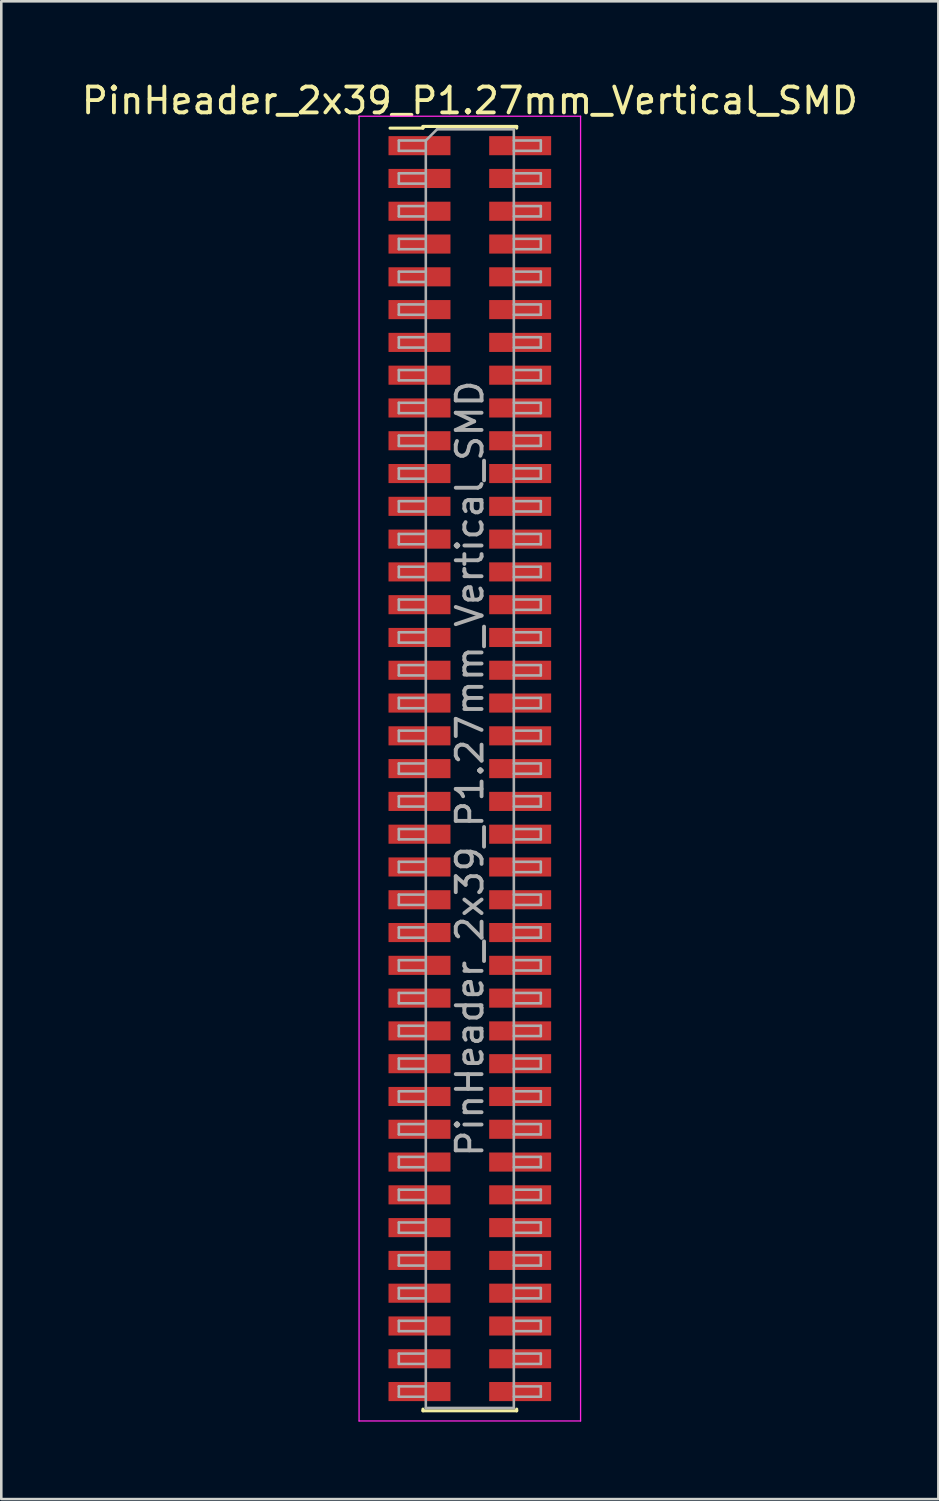
<source format=kicad_pcb>
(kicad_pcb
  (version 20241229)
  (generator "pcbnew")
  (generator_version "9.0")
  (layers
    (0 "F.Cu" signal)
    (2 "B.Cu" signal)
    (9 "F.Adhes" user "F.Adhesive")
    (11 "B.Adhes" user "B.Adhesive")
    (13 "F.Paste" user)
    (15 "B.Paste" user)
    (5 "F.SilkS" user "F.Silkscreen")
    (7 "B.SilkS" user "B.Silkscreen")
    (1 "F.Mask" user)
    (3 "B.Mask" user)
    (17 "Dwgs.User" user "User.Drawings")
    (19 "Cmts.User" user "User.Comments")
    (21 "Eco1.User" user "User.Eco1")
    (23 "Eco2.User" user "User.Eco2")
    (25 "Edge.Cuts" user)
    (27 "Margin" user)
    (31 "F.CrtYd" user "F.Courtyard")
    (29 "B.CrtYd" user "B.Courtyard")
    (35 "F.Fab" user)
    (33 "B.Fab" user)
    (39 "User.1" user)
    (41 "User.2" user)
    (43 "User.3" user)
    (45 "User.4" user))
  (footprint "PinHeader_2x39_P1.27mm_Vertical_SMD"
    (layer "F.Cu")
    (at 15.149 26.723)
    (property "Reference" "PinHeader_2x39_P1.27mm_Vertical_SMD" (at 0 -25.875 0) (layer "F.SilkS") (effects (font (size 1 1) (thickness 0.15))))
    (attr smd)
    (fp_line (start -3.09 -24.81) (end -1.815 -24.81) (stroke (width 0.12) (type solid)) (layer "F.SilkS"))
    (fp_line (start -1.815 -24.875) (end -1.815 -24.81) (stroke (width 0.12) (type solid)) (layer "F.SilkS"))
    (fp_line (start -1.815 -24.875) (end 1.815 -24.875) (stroke (width 0.12) (type solid)) (layer "F.SilkS"))
    (fp_line (start -1.815 24.81) (end -1.815 24.875) (stroke (width 0.12) (type solid)) (layer "F.SilkS"))
    (fp_line (start -1.815 24.875) (end 1.815 24.875) (stroke (width 0.12) (type solid)) (layer "F.SilkS"))
    (fp_line (start 1.815 -24.875) (end 1.815 -24.81) (stroke (width 0.12) (type solid)) (layer "F.SilkS"))
    (fp_line (start 1.815 24.81) (end 1.815 24.875) (stroke (width 0.12) (type solid)) (layer "F.SilkS"))
    (fp_line (start -4.29 -25.27) (end -4.29 25.27) (stroke (width 0.05) (type solid)) (layer "F.CrtYd"))
    (fp_line (start -4.29 25.27) (end 4.29 25.27) (stroke (width 0.05) (type solid)) (layer "F.CrtYd"))
    (fp_line (start 4.29 -25.27) (end -4.29 -25.27) (stroke (width 0.05) (type solid)) (layer "F.CrtYd"))
    (fp_line (start 4.29 25.27) (end 4.29 -25.27) (stroke (width 0.05) (type solid)) (layer "F.CrtYd"))
    (fp_line (start -2.75 -24.33) (end -2.75 -23.93) (stroke (width 0.1) (type solid)) (layer "F.Fab"))
    (fp_line (start -2.75 -23.93) (end -1.705 -23.93) (stroke (width 0.1) (type solid)) (layer "F.Fab"))
    (fp_line (start -2.75 -23.06) (end -2.75 -22.66) (stroke (width 0.1) (type solid)) (layer "F.Fab"))
    (fp_line (start -2.75 -22.66) (end -1.705 -22.66) (stroke (width 0.1) (type solid)) (layer "F.Fab"))
    (fp_line (start -2.75 -21.79) (end -2.75 -21.39) (stroke (width 0.1) (type solid)) (layer "F.Fab"))
    (fp_line (start -2.75 -21.39) (end -1.705 -21.39) (stroke (width 0.1) (type solid)) (layer "F.Fab"))
    (fp_line (start -2.75 -20.52) (end -2.75 -20.12) (stroke (width 0.1) (type solid)) (layer "F.Fab"))
    (fp_line (start -2.75 -20.12) (end -1.705 -20.12) (stroke (width 0.1) (type solid)) (layer "F.Fab"))
    (fp_line (start -2.75 -19.25) (end -2.75 -18.85) (stroke (width 0.1) (type solid)) (layer "F.Fab"))
    (fp_line (start -2.75 -18.85) (end -1.705 -18.85) (stroke (width 0.1) (type solid)) (layer "F.Fab"))
    (fp_line (start -2.75 -17.98) (end -2.75 -17.58) (stroke (width 0.1) (type solid)) (layer "F.Fab"))
    (fp_line (start -2.75 -17.58) (end -1.705 -17.58) (stroke (width 0.1) (type solid)) (layer "F.Fab"))
    (fp_line (start -2.75 -16.71) (end -2.75 -16.31) (stroke (width 0.1) (type solid)) (layer "F.Fab"))
    (fp_line (start -2.75 -16.31) (end -1.705 -16.31) (stroke (width 0.1) (type solid)) (layer "F.Fab"))
    (fp_line (start -2.75 -15.44) (end -2.75 -15.04) (stroke (width 0.1) (type solid)) (layer "F.Fab"))
    (fp_line (start -2.75 -15.04) (end -1.705 -15.04) (stroke (width 0.1) (type solid)) (layer "F.Fab"))
    (fp_line (start -2.75 -14.17) (end -2.75 -13.77) (stroke (width 0.1) (type solid)) (layer "F.Fab"))
    (fp_line (start -2.75 -13.77) (end -1.705 -13.77) (stroke (width 0.1) (type solid)) (layer "F.Fab"))
    (fp_line (start -2.75 -12.9) (end -2.75 -12.5) (stroke (width 0.1) (type solid)) (layer "F.Fab"))
    (fp_line (start -2.75 -12.5) (end -1.705 -12.5) (stroke (width 0.1) (type solid)) (layer "F.Fab"))
    (fp_line (start -2.75 -11.63) (end -2.75 -11.23) (stroke (width 0.1) (type solid)) (layer "F.Fab"))
    (fp_line (start -2.75 -11.23) (end -1.705 -11.23) (stroke (width 0.1) (type solid)) (layer "F.Fab"))
    (fp_line (start -2.75 -10.36) (end -2.75 -9.96) (stroke (width 0.1) (type solid)) (layer "F.Fab"))
    (fp_line (start -2.75 -9.96) (end -1.705 -9.96) (stroke (width 0.1) (type solid)) (layer "F.Fab"))
    (fp_line (start -2.75 -9.09) (end -2.75 -8.69) (stroke (width 0.1) (type solid)) (layer "F.Fab"))
    (fp_line (start -2.75 -8.69) (end -1.705 -8.69) (stroke (width 0.1) (type solid)) (layer "F.Fab"))
    (fp_line (start -2.75 -7.82) (end -2.75 -7.42) (stroke (width 0.1) (type solid)) (layer "F.Fab"))
    (fp_line (start -2.75 -7.42) (end -1.705 -7.42) (stroke (width 0.1) (type solid)) (layer "F.Fab"))
    (fp_line (start -2.75 -6.55) (end -2.75 -6.15) (stroke (width 0.1) (type solid)) (layer "F.Fab"))
    (fp_line (start -2.75 -6.15) (end -1.705 -6.15) (stroke (width 0.1) (type solid)) (layer "F.Fab"))
    (fp_line (start -2.75 -5.28) (end -2.75 -4.88) (stroke (width 0.1) (type solid)) (layer "F.Fab"))
    (fp_line (start -2.75 -4.88) (end -1.705 -4.88) (stroke (width 0.1) (type solid)) (layer "F.Fab"))
    (fp_line (start -2.75 -4.01) (end -2.75 -3.61) (stroke (width 0.1) (type solid)) (layer "F.Fab"))
    (fp_line (start -2.75 -3.61) (end -1.705 -3.61) (stroke (width 0.1) (type solid)) (layer "F.Fab"))
    (fp_line (start -2.75 -2.74) (end -2.75 -2.34) (stroke (width 0.1) (type solid)) (layer "F.Fab"))
    (fp_line (start -2.75 -2.34) (end -1.705 -2.34) (stroke (width 0.1) (type solid)) (layer "F.Fab"))
    (fp_line (start -2.75 -1.47) (end -2.75 -1.07) (stroke (width 0.1) (type solid)) (layer "F.Fab"))
    (fp_line (start -2.75 -1.07) (end -1.705 -1.07) (stroke (width 0.1) (type solid)) (layer "F.Fab"))
    (fp_line (start -2.75 -0.2) (end -2.75 0.2) (stroke (width 0.1) (type solid)) (layer "F.Fab"))
    (fp_line (start -2.75 0.2) (end -1.705 0.2) (stroke (width 0.1) (type solid)) (layer "F.Fab"))
    (fp_line (start -2.75 1.07) (end -2.75 1.47) (stroke (width 0.1) (type solid)) (layer "F.Fab"))
    (fp_line (start -2.75 1.47) (end -1.705 1.47) (stroke (width 0.1) (type solid)) (layer "F.Fab"))
    (fp_line (start -2.75 2.34) (end -2.75 2.74) (stroke (width 0.1) (type solid)) (layer "F.Fab"))
    (fp_line (start -2.75 2.74) (end -1.705 2.74) (stroke (width 0.1) (type solid)) (layer "F.Fab"))
    (fp_line (start -2.75 3.61) (end -2.75 4.01) (stroke (width 0.1) (type solid)) (layer "F.Fab"))
    (fp_line (start -2.75 4.01) (end -1.705 4.01) (stroke (width 0.1) (type solid)) (layer "F.Fab"))
    (fp_line (start -2.75 4.88) (end -2.75 5.28) (stroke (width 0.1) (type solid)) (layer "F.Fab"))
    (fp_line (start -2.75 5.28) (end -1.705 5.28) (stroke (width 0.1) (type solid)) (layer "F.Fab"))
    (fp_line (start -2.75 6.15) (end -2.75 6.55) (stroke (width 0.1) (type solid)) (layer "F.Fab"))
    (fp_line (start -2.75 6.55) (end -1.705 6.55) (stroke (width 0.1) (type solid)) (layer "F.Fab"))
    (fp_line (start -2.75 7.42) (end -2.75 7.82) (stroke (width 0.1) (type solid)) (layer "F.Fab"))
    (fp_line (start -2.75 7.82) (end -1.705 7.82) (stroke (width 0.1) (type solid)) (layer "F.Fab"))
    (fp_line (start -2.75 8.69) (end -2.75 9.09) (stroke (width 0.1) (type solid)) (layer "F.Fab"))
    (fp_line (start -2.75 9.09) (end -1.705 9.09) (stroke (width 0.1) (type solid)) (layer "F.Fab"))
    (fp_line (start -2.75 9.96) (end -2.75 10.36) (stroke (width 0.1) (type solid)) (layer "F.Fab"))
    (fp_line (start -2.75 10.36) (end -1.705 10.36) (stroke (width 0.1) (type solid)) (layer "F.Fab"))
    (fp_line (start -2.75 11.23) (end -2.75 11.63) (stroke (width 0.1) (type solid)) (layer "F.Fab"))
    (fp_line (start -2.75 11.63) (end -1.705 11.63) (stroke (width 0.1) (type solid)) (layer "F.Fab"))
    (fp_line (start -2.75 12.5) (end -2.75 12.9) (stroke (width 0.1) (type solid)) (layer "F.Fab"))
    (fp_line (start -2.75 12.9) (end -1.705 12.9) (stroke (width 0.1) (type solid)) (layer "F.Fab"))
    (fp_line (start -2.75 13.77) (end -2.75 14.17) (stroke (width 0.1) (type solid)) (layer "F.Fab"))
    (fp_line (start -2.75 14.17) (end -1.705 14.17) (stroke (width 0.1) (type solid)) (layer "F.Fab"))
    (fp_line (start -2.75 15.04) (end -2.75 15.44) (stroke (width 0.1) (type solid)) (layer "F.Fab"))
    (fp_line (start -2.75 15.44) (end -1.705 15.44) (stroke (width 0.1) (type solid)) (layer "F.Fab"))
    (fp_line (start -2.75 16.31) (end -2.75 16.71) (stroke (width 0.1) (type solid)) (layer "F.Fab"))
    (fp_line (start -2.75 16.71) (end -1.705 16.71) (stroke (width 0.1) (type solid)) (layer "F.Fab"))
    (fp_line (start -2.75 17.58) (end -2.75 17.98) (stroke (width 0.1) (type solid)) (layer "F.Fab"))
    (fp_line (start -2.75 17.98) (end -1.705 17.98) (stroke (width 0.1) (type solid)) (layer "F.Fab"))
    (fp_line (start -2.75 18.85) (end -2.75 19.25) (stroke (width 0.1) (type solid)) (layer "F.Fab"))
    (fp_line (start -2.75 19.25) (end -1.705 19.25) (stroke (width 0.1) (type solid)) (layer "F.Fab"))
    (fp_line (start -2.75 20.12) (end -2.75 20.52) (stroke (width 0.1) (type solid)) (layer "F.Fab"))
    (fp_line (start -2.75 20.52) (end -1.705 20.52) (stroke (width 0.1) (type solid)) (layer "F.Fab"))
    (fp_line (start -2.75 21.39) (end -2.75 21.79) (stroke (width 0.1) (type solid)) (layer "F.Fab"))
    (fp_line (start -2.75 21.79) (end -1.705 21.79) (stroke (width 0.1) (type solid)) (layer "F.Fab"))
    (fp_line (start -2.75 22.66) (end -2.75 23.06) (stroke (width 0.1) (type solid)) (layer "F.Fab"))
    (fp_line (start -2.75 23.06) (end -1.705 23.06) (stroke (width 0.1) (type solid)) (layer "F.Fab"))
    (fp_line (start -2.75 23.93) (end -2.75 24.33) (stroke (width 0.1) (type solid)) (layer "F.Fab"))
    (fp_line (start -2.75 24.33) (end -1.705 24.33) (stroke (width 0.1) (type solid)) (layer "F.Fab"))
    (fp_line (start -1.705 -24.33) (end -2.75 -24.33) (stroke (width 0.1) (type solid)) (layer "F.Fab"))
    (fp_line (start -1.705 -24.33) (end -1.27 -24.765) (stroke (width 0.1) (type solid)) (layer "F.Fab"))
    (fp_line (start -1.705 -23.06) (end -2.75 -23.06) (stroke (width 0.1) (type solid)) (layer "F.Fab"))
    (fp_line (start -1.705 -21.79) (end -2.75 -21.79) (stroke (width 0.1) (type solid)) (layer "F.Fab"))
    (fp_line (start -1.705 -20.52) (end -2.75 -20.52) (stroke (width 0.1) (type solid)) (layer "F.Fab"))
    (fp_line (start -1.705 -19.25) (end -2.75 -19.25) (stroke (width 0.1) (type solid)) (layer "F.Fab"))
    (fp_line (start -1.705 -17.98) (end -2.75 -17.98) (stroke (width 0.1) (type solid)) (layer "F.Fab"))
    (fp_line (start -1.705 -16.71) (end -2.75 -16.71) (stroke (width 0.1) (type solid)) (layer "F.Fab"))
    (fp_line (start -1.705 -15.44) (end -2.75 -15.44) (stroke (width 0.1) (type solid)) (layer "F.Fab"))
    (fp_line (start -1.705 -14.17) (end -2.75 -14.17) (stroke (width 0.1) (type solid)) (layer "F.Fab"))
    (fp_line (start -1.705 -12.9) (end -2.75 -12.9) (stroke (width 0.1) (type solid)) (layer "F.Fab"))
    (fp_line (start -1.705 -11.63) (end -2.75 -11.63) (stroke (width 0.1) (type solid)) (layer "F.Fab"))
    (fp_line (start -1.705 -10.36) (end -2.75 -10.36) (stroke (width 0.1) (type solid)) (layer "F.Fab"))
    (fp_line (start -1.705 -9.09) (end -2.75 -9.09) (stroke (width 0.1) (type solid)) (layer "F.Fab"))
    (fp_line (start -1.705 -7.82) (end -2.75 -7.82) (stroke (width 0.1) (type solid)) (layer "F.Fab"))
    (fp_line (start -1.705 -6.55) (end -2.75 -6.55) (stroke (width 0.1) (type solid)) (layer "F.Fab"))
    (fp_line (start -1.705 -5.28) (end -2.75 -5.28) (stroke (width 0.1) (type solid)) (layer "F.Fab"))
    (fp_line (start -1.705 -4.01) (end -2.75 -4.01) (stroke (width 0.1) (type solid)) (layer "F.Fab"))
    (fp_line (start -1.705 -2.74) (end -2.75 -2.74) (stroke (width 0.1) (type solid)) (layer "F.Fab"))
    (fp_line (start -1.705 -1.47) (end -2.75 -1.47) (stroke (width 0.1) (type solid)) (layer "F.Fab"))
    (fp_line (start -1.705 -0.2) (end -2.75 -0.2) (stroke (width 0.1) (type solid)) (layer "F.Fab"))
    (fp_line (start -1.705 1.07) (end -2.75 1.07) (stroke (width 0.1) (type solid)) (layer "F.Fab"))
    (fp_line (start -1.705 2.34) (end -2.75 2.34) (stroke (width 0.1) (type solid)) (layer "F.Fab"))
    (fp_line (start -1.705 3.61) (end -2.75 3.61) (stroke (width 0.1) (type solid)) (layer "F.Fab"))
    (fp_line (start -1.705 4.88) (end -2.75 4.88) (stroke (width 0.1) (type solid)) (layer "F.Fab"))
    (fp_line (start -1.705 6.15) (end -2.75 6.15) (stroke (width 0.1) (type solid)) (layer "F.Fab"))
    (fp_line (start -1.705 7.42) (end -2.75 7.42) (stroke (width 0.1) (type solid)) (layer "F.Fab"))
    (fp_line (start -1.705 8.69) (end -2.75 8.69) (stroke (width 0.1) (type solid)) (layer "F.Fab"))
    (fp_line (start -1.705 9.96) (end -2.75 9.96) (stroke (width 0.1) (type solid)) (layer "F.Fab"))
    (fp_line (start -1.705 11.23) (end -2.75 11.23) (stroke (width 0.1) (type solid)) (layer "F.Fab"))
    (fp_line (start -1.705 12.5) (end -2.75 12.5) (stroke (width 0.1) (type solid)) (layer "F.Fab"))
    (fp_line (start -1.705 13.77) (end -2.75 13.77) (stroke (width 0.1) (type solid)) (layer "F.Fab"))
    (fp_line (start -1.705 15.04) (end -2.75 15.04) (stroke (width 0.1) (type solid)) (layer "F.Fab"))
    (fp_line (start -1.705 16.31) (end -2.75 16.31) (stroke (width 0.1) (type solid)) (layer "F.Fab"))
    (fp_line (start -1.705 17.58) (end -2.75 17.58) (stroke (width 0.1) (type solid)) (layer "F.Fab"))
    (fp_line (start -1.705 18.85) (end -2.75 18.85) (stroke (width 0.1) (type solid)) (layer "F.Fab"))
    (fp_line (start -1.705 20.12) (end -2.75 20.12) (stroke (width 0.1) (type solid)) (layer "F.Fab"))
    (fp_line (start -1.705 21.39) (end -2.75 21.39) (stroke (width 0.1) (type solid)) (layer "F.Fab"))
    (fp_line (start -1.705 22.66) (end -2.75 22.66) (stroke (width 0.1) (type solid)) (layer "F.Fab"))
    (fp_line (start -1.705 23.93) (end -2.75 23.93) (stroke (width 0.1) (type solid)) (layer "F.Fab"))
    (fp_line (start -1.705 24.765) (end -1.705 -24.33) (stroke (width 0.1) (type solid)) (layer "F.Fab"))
    (fp_line (start -1.27 -24.765) (end 1.705 -24.765) (stroke (width 0.1) (type solid)) (layer "F.Fab"))
    (fp_line (start 1.705 -24.765) (end 1.705 24.765) (stroke (width 0.1) (type solid)) (layer "F.Fab"))
    (fp_line (start 1.705 -24.33) (end 2.75 -24.33) (stroke (width 0.1) (type solid)) (layer "F.Fab"))
    (fp_line (start 1.705 -23.06) (end 2.75 -23.06) (stroke (width 0.1) (type solid)) (layer "F.Fab"))
    (fp_line (start 1.705 -21.79) (end 2.75 -21.79) (stroke (width 0.1) (type solid)) (layer "F.Fab"))
    (fp_line (start 1.705 -20.52) (end 2.75 -20.52) (stroke (width 0.1) (type solid)) (layer "F.Fab"))
    (fp_line (start 1.705 -19.25) (end 2.75 -19.25) (stroke (width 0.1) (type solid)) (layer "F.Fab"))
    (fp_line (start 1.705 -17.98) (end 2.75 -17.98) (stroke (width 0.1) (type solid)) (layer "F.Fab"))
    (fp_line (start 1.705 -16.71) (end 2.75 -16.71) (stroke (width 0.1) (type solid)) (layer "F.Fab"))
    (fp_line (start 1.705 -15.44) (end 2.75 -15.44) (stroke (width 0.1) (type solid)) (layer "F.Fab"))
    (fp_line (start 1.705 -14.17) (end 2.75 -14.17) (stroke (width 0.1) (type solid)) (layer "F.Fab"))
    (fp_line (start 1.705 -12.9) (end 2.75 -12.9) (stroke (width 0.1) (type solid)) (layer "F.Fab"))
    (fp_line (start 1.705 -11.63) (end 2.75 -11.63) (stroke (width 0.1) (type solid)) (layer "F.Fab"))
    (fp_line (start 1.705 -10.36) (end 2.75 -10.36) (stroke (width 0.1) (type solid)) (layer "F.Fab"))
    (fp_line (start 1.705 -9.09) (end 2.75 -9.09) (stroke (width 0.1) (type solid)) (layer "F.Fab"))
    (fp_line (start 1.705 -7.82) (end 2.75 -7.82) (stroke (width 0.1) (type solid)) (layer "F.Fab"))
    (fp_line (start 1.705 -6.55) (end 2.75 -6.55) (stroke (width 0.1) (type solid)) (layer "F.Fab"))
    (fp_line (start 1.705 -5.28) (end 2.75 -5.28) (stroke (width 0.1) (type solid)) (layer "F.Fab"))
    (fp_line (start 1.705 -4.01) (end 2.75 -4.01) (stroke (width 0.1) (type solid)) (layer "F.Fab"))
    (fp_line (start 1.705 -2.74) (end 2.75 -2.74) (stroke (width 0.1) (type solid)) (layer "F.Fab"))
    (fp_line (start 1.705 -1.47) (end 2.75 -1.47) (stroke (width 0.1) (type solid)) (layer "F.Fab"))
    (fp_line (start 1.705 -0.2) (end 2.75 -0.2) (stroke (width 0.1) (type solid)) (layer "F.Fab"))
    (fp_line (start 1.705 1.07) (end 2.75 1.07) (stroke (width 0.1) (type solid)) (layer "F.Fab"))
    (fp_line (start 1.705 2.34) (end 2.75 2.34) (stroke (width 0.1) (type solid)) (layer "F.Fab"))
    (fp_line (start 1.705 3.61) (end 2.75 3.61) (stroke (width 0.1) (type solid)) (layer "F.Fab"))
    (fp_line (start 1.705 4.88) (end 2.75 4.88) (stroke (width 0.1) (type solid)) (layer "F.Fab"))
    (fp_line (start 1.705 6.15) (end 2.75 6.15) (stroke (width 0.1) (type solid)) (layer "F.Fab"))
    (fp_line (start 1.705 7.42) (end 2.75 7.42) (stroke (width 0.1) (type solid)) (layer "F.Fab"))
    (fp_line (start 1.705 8.69) (end 2.75 8.69) (stroke (width 0.1) (type solid)) (layer "F.Fab"))
    (fp_line (start 1.705 9.96) (end 2.75 9.96) (stroke (width 0.1) (type solid)) (layer "F.Fab"))
    (fp_line (start 1.705 11.23) (end 2.75 11.23) (stroke (width 0.1) (type solid)) (layer "F.Fab"))
    (fp_line (start 1.705 12.5) (end 2.75 12.5) (stroke (width 0.1) (type solid)) (layer "F.Fab"))
    (fp_line (start 1.705 13.77) (end 2.75 13.77) (stroke (width 0.1) (type solid)) (layer "F.Fab"))
    (fp_line (start 1.705 15.04) (end 2.75 15.04) (stroke (width 0.1) (type solid)) (layer "F.Fab"))
    (fp_line (start 1.705 16.31) (end 2.75 16.31) (stroke (width 0.1) (type solid)) (layer "F.Fab"))
    (fp_line (start 1.705 17.58) (end 2.75 17.58) (stroke (width 0.1) (type solid)) (layer "F.Fab"))
    (fp_line (start 1.705 18.85) (end 2.75 18.85) (stroke (width 0.1) (type solid)) (layer "F.Fab"))
    (fp_line (start 1.705 20.12) (end 2.75 20.12) (stroke (width 0.1) (type solid)) (layer "F.Fab"))
    (fp_line (start 1.705 21.39) (end 2.75 21.39) (stroke (width 0.1) (type solid)) (layer "F.Fab"))
    (fp_line (start 1.705 22.66) (end 2.75 22.66) (stroke (width 0.1) (type solid)) (layer "F.Fab"))
    (fp_line (start 1.705 23.93) (end 2.75 23.93) (stroke (width 0.1) (type solid)) (layer "F.Fab"))
    (fp_line (start 1.705 24.765) (end -1.705 24.765) (stroke (width 0.1) (type solid)) (layer "F.Fab"))
    (fp_line (start 2.75 -24.33) (end 2.75 -23.93) (stroke (width 0.1) (type solid)) (layer "F.Fab"))
    (fp_line (start 2.75 -23.93) (end 1.705 -23.93) (stroke (width 0.1) (type solid)) (layer "F.Fab"))
    (fp_line (start 2.75 -23.06) (end 2.75 -22.66) (stroke (width 0.1) (type solid)) (layer "F.Fab"))
    (fp_line (start 2.75 -22.66) (end 1.705 -22.66) (stroke (width 0.1) (type solid)) (layer "F.Fab"))
    (fp_line (start 2.75 -21.79) (end 2.75 -21.39) (stroke (width 0.1) (type solid)) (layer "F.Fab"))
    (fp_line (start 2.75 -21.39) (end 1.705 -21.39) (stroke (width 0.1) (type solid)) (layer "F.Fab"))
    (fp_line (start 2.75 -20.52) (end 2.75 -20.12) (stroke (width 0.1) (type solid)) (layer "F.Fab"))
    (fp_line (start 2.75 -20.12) (end 1.705 -20.12) (stroke (width 0.1) (type solid)) (layer "F.Fab"))
    (fp_line (start 2.75 -19.25) (end 2.75 -18.85) (stroke (width 0.1) (type solid)) (layer "F.Fab"))
    (fp_line (start 2.75 -18.85) (end 1.705 -18.85) (stroke (width 0.1) (type solid)) (layer "F.Fab"))
    (fp_line (start 2.75 -17.98) (end 2.75 -17.58) (stroke (width 0.1) (type solid)) (layer "F.Fab"))
    (fp_line (start 2.75 -17.58) (end 1.705 -17.58) (stroke (width 0.1) (type solid)) (layer "F.Fab"))
    (fp_line (start 2.75 -16.71) (end 2.75 -16.31) (stroke (width 0.1) (type solid)) (layer "F.Fab"))
    (fp_line (start 2.75 -16.31) (end 1.705 -16.31) (stroke (width 0.1) (type solid)) (layer "F.Fab"))
    (fp_line (start 2.75 -15.44) (end 2.75 -15.04) (stroke (width 0.1) (type solid)) (layer "F.Fab"))
    (fp_line (start 2.75 -15.04) (end 1.705 -15.04) (stroke (width 0.1) (type solid)) (layer "F.Fab"))
    (fp_line (start 2.75 -14.17) (end 2.75 -13.77) (stroke (width 0.1) (type solid)) (layer "F.Fab"))
    (fp_line (start 2.75 -13.77) (end 1.705 -13.77) (stroke (width 0.1) (type solid)) (layer "F.Fab"))
    (fp_line (start 2.75 -12.9) (end 2.75 -12.5) (stroke (width 0.1) (type solid)) (layer "F.Fab"))
    (fp_line (start 2.75 -12.5) (end 1.705 -12.5) (stroke (width 0.1) (type solid)) (layer "F.Fab"))
    (fp_line (start 2.75 -11.63) (end 2.75 -11.23) (stroke (width 0.1) (type solid)) (layer "F.Fab"))
    (fp_line (start 2.75 -11.23) (end 1.705 -11.23) (stroke (width 0.1) (type solid)) (layer "F.Fab"))
    (fp_line (start 2.75 -10.36) (end 2.75 -9.96) (stroke (width 0.1) (type solid)) (layer "F.Fab"))
    (fp_line (start 2.75 -9.96) (end 1.705 -9.96) (stroke (width 0.1) (type solid)) (layer "F.Fab"))
    (fp_line (start 2.75 -9.09) (end 2.75 -8.69) (stroke (width 0.1) (type solid)) (layer "F.Fab"))
    (fp_line (start 2.75 -8.69) (end 1.705 -8.69) (stroke (width 0.1) (type solid)) (layer "F.Fab"))
    (fp_line (start 2.75 -7.82) (end 2.75 -7.42) (stroke (width 0.1) (type solid)) (layer "F.Fab"))
    (fp_line (start 2.75 -7.42) (end 1.705 -7.42) (stroke (width 0.1) (type solid)) (layer "F.Fab"))
    (fp_line (start 2.75 -6.55) (end 2.75 -6.15) (stroke (width 0.1) (type solid)) (layer "F.Fab"))
    (fp_line (start 2.75 -6.15) (end 1.705 -6.15) (stroke (width 0.1) (type solid)) (layer "F.Fab"))
    (fp_line (start 2.75 -5.28) (end 2.75 -4.88) (stroke (width 0.1) (type solid)) (layer "F.Fab"))
    (fp_line (start 2.75 -4.88) (end 1.705 -4.88) (stroke (width 0.1) (type solid)) (layer "F.Fab"))
    (fp_line (start 2.75 -4.01) (end 2.75 -3.61) (stroke (width 0.1) (type solid)) (layer "F.Fab"))
    (fp_line (start 2.75 -3.61) (end 1.705 -3.61) (stroke (width 0.1) (type solid)) (layer "F.Fab"))
    (fp_line (start 2.75 -2.74) (end 2.75 -2.34) (stroke (width 0.1) (type solid)) (layer "F.Fab"))
    (fp_line (start 2.75 -2.34) (end 1.705 -2.34) (stroke (width 0.1) (type solid)) (layer "F.Fab"))
    (fp_line (start 2.75 -1.47) (end 2.75 -1.07) (stroke (width 0.1) (type solid)) (layer "F.Fab"))
    (fp_line (start 2.75 -1.07) (end 1.705 -1.07) (stroke (width 0.1) (type solid)) (layer "F.Fab"))
    (fp_line (start 2.75 -0.2) (end 2.75 0.2) (stroke (width 0.1) (type solid)) (layer "F.Fab"))
    (fp_line (start 2.75 0.2) (end 1.705 0.2) (stroke (width 0.1) (type solid)) (layer "F.Fab"))
    (fp_line (start 2.75 1.07) (end 2.75 1.47) (stroke (width 0.1) (type solid)) (layer "F.Fab"))
    (fp_line (start 2.75 1.47) (end 1.705 1.47) (stroke (width 0.1) (type solid)) (layer "F.Fab"))
    (fp_line (start 2.75 2.34) (end 2.75 2.74) (stroke (width 0.1) (type solid)) (layer "F.Fab"))
    (fp_line (start 2.75 2.74) (end 1.705 2.74) (stroke (width 0.1) (type solid)) (layer "F.Fab"))
    (fp_line (start 2.75 3.61) (end 2.75 4.01) (stroke (width 0.1) (type solid)) (layer "F.Fab"))
    (fp_line (start 2.75 4.01) (end 1.705 4.01) (stroke (width 0.1) (type solid)) (layer "F.Fab"))
    (fp_line (start 2.75 4.88) (end 2.75 5.28) (stroke (width 0.1) (type solid)) (layer "F.Fab"))
    (fp_line (start 2.75 5.28) (end 1.705 5.28) (stroke (width 0.1) (type solid)) (layer "F.Fab"))
    (fp_line (start 2.75 6.15) (end 2.75 6.55) (stroke (width 0.1) (type solid)) (layer "F.Fab"))
    (fp_line (start 2.75 6.55) (end 1.705 6.55) (stroke (width 0.1) (type solid)) (layer "F.Fab"))
    (fp_line (start 2.75 7.42) (end 2.75 7.82) (stroke (width 0.1) (type solid)) (layer "F.Fab"))
    (fp_line (start 2.75 7.82) (end 1.705 7.82) (stroke (width 0.1) (type solid)) (layer "F.Fab"))
    (fp_line (start 2.75 8.69) (end 2.75 9.09) (stroke (width 0.1) (type solid)) (layer "F.Fab"))
    (fp_line (start 2.75 9.09) (end 1.705 9.09) (stroke (width 0.1) (type solid)) (layer "F.Fab"))
    (fp_line (start 2.75 9.96) (end 2.75 10.36) (stroke (width 0.1) (type solid)) (layer "F.Fab"))
    (fp_line (start 2.75 10.36) (end 1.705 10.36) (stroke (width 0.1) (type solid)) (layer "F.Fab"))
    (fp_line (start 2.75 11.23) (end 2.75 11.63) (stroke (width 0.1) (type solid)) (layer "F.Fab"))
    (fp_line (start 2.75 11.63) (end 1.705 11.63) (stroke (width 0.1) (type solid)) (layer "F.Fab"))
    (fp_line (start 2.75 12.5) (end 2.75 12.9) (stroke (width 0.1) (type solid)) (layer "F.Fab"))
    (fp_line (start 2.75 12.9) (end 1.705 12.9) (stroke (width 0.1) (type solid)) (layer "F.Fab"))
    (fp_line (start 2.75 13.77) (end 2.75 14.17) (stroke (width 0.1) (type solid)) (layer "F.Fab"))
    (fp_line (start 2.75 14.17) (end 1.705 14.17) (stroke (width 0.1) (type solid)) (layer "F.Fab"))
    (fp_line (start 2.75 15.04) (end 2.75 15.44) (stroke (width 0.1) (type solid)) (layer "F.Fab"))
    (fp_line (start 2.75 15.44) (end 1.705 15.44) (stroke (width 0.1) (type solid)) (layer "F.Fab"))
    (fp_line (start 2.75 16.31) (end 2.75 16.71) (stroke (width 0.1) (type solid)) (layer "F.Fab"))
    (fp_line (start 2.75 16.71) (end 1.705 16.71) (stroke (width 0.1) (type solid)) (layer "F.Fab"))
    (fp_line (start 2.75 17.58) (end 2.75 17.98) (stroke (width 0.1) (type solid)) (layer "F.Fab"))
    (fp_line (start 2.75 17.98) (end 1.705 17.98) (stroke (width 0.1) (type solid)) (layer "F.Fab"))
    (fp_line (start 2.75 18.85) (end 2.75 19.25) (stroke (width 0.1) (type solid)) (layer "F.Fab"))
    (fp_line (start 2.75 19.25) (end 1.705 19.25) (stroke (width 0.1) (type solid)) (layer "F.Fab"))
    (fp_line (start 2.75 20.12) (end 2.75 20.52) (stroke (width 0.1) (type solid)) (layer "F.Fab"))
    (fp_line (start 2.75 20.52) (end 1.705 20.52) (stroke (width 0.1) (type solid)) (layer "F.Fab"))
    (fp_line (start 2.75 21.39) (end 2.75 21.79) (stroke (width 0.1) (type solid)) (layer "F.Fab"))
    (fp_line (start 2.75 21.79) (end 1.705 21.79) (stroke (width 0.1) (type solid)) (layer "F.Fab"))
    (fp_line (start 2.75 22.66) (end 2.75 23.06) (stroke (width 0.1) (type solid)) (layer "F.Fab"))
    (fp_line (start 2.75 23.06) (end 1.705 23.06) (stroke (width 0.1) (type solid)) (layer "F.Fab"))
    (fp_line (start 2.75 23.93) (end 2.75 24.33) (stroke (width 0.1) (type solid)) (layer "F.Fab"))
    (fp_line (start 2.75 24.33) (end 1.705 24.33) (stroke (width 0.1) (type solid)) (layer "F.Fab"))
    (fp_text user "${REFERENCE}" (at 0 0 90) (layer "F.Fab") (effects (font (size 1 1) (thickness 0.15))))
    (pad "1" smd rect (at -1.95 -24.13) (size 2.4 0.74) (layers "F.Cu" "F.Mask" "F.Paste"))
    (pad "2" smd rect (at 1.95 -24.13) (size 2.4 0.74) (layers "F.Cu" "F.Mask" "F.Paste"))
    (pad "3" smd rect (at -1.95 -22.86) (size 2.4 0.74) (layers "F.Cu" "F.Mask" "F.Paste"))
    (pad "4" smd rect (at 1.95 -22.86) (size 2.4 0.74) (layers "F.Cu" "F.Mask" "F.Paste"))
    (pad "5" smd rect (at -1.95 -21.59) (size 2.4 0.74) (layers "F.Cu" "F.Mask" "F.Paste"))
    (pad "6" smd rect (at 1.95 -21.59) (size 2.4 0.74) (layers "F.Cu" "F.Mask" "F.Paste"))
    (pad "7" smd rect (at -1.95 -20.32) (size 2.4 0.74) (layers "F.Cu" "F.Mask" "F.Paste"))
    (pad "8" smd rect (at 1.95 -20.32) (size 2.4 0.74) (layers "F.Cu" "F.Mask" "F.Paste"))
    (pad "9" smd rect (at -1.95 -19.05) (size 2.4 0.74) (layers "F.Cu" "F.Mask" "F.Paste"))
    (pad "10" smd rect (at 1.95 -19.05) (size 2.4 0.74) (layers "F.Cu" "F.Mask" "F.Paste"))
    (pad "11" smd rect (at -1.95 -17.78) (size 2.4 0.74) (layers "F.Cu" "F.Mask" "F.Paste"))
    (pad "12" smd rect (at 1.95 -17.78) (size 2.4 0.74) (layers "F.Cu" "F.Mask" "F.Paste"))
    (pad "13" smd rect (at -1.95 -16.51) (size 2.4 0.74) (layers "F.Cu" "F.Mask" "F.Paste"))
    (pad "14" smd rect (at 1.95 -16.51) (size 2.4 0.74) (layers "F.Cu" "F.Mask" "F.Paste"))
    (pad "15" smd rect (at -1.95 -15.24) (size 2.4 0.74) (layers "F.Cu" "F.Mask" "F.Paste"))
    (pad "16" smd rect (at 1.95 -15.24) (size 2.4 0.74) (layers "F.Cu" "F.Mask" "F.Paste"))
    (pad "17" smd rect (at -1.95 -13.97) (size 2.4 0.74) (layers "F.Cu" "F.Mask" "F.Paste"))
    (pad "18" smd rect (at 1.95 -13.97) (size 2.4 0.74) (layers "F.Cu" "F.Mask" "F.Paste"))
    (pad "19" smd rect (at -1.95 -12.7) (size 2.4 0.74) (layers "F.Cu" "F.Mask" "F.Paste"))
    (pad "20" smd rect (at 1.95 -12.7) (size 2.4 0.74) (layers "F.Cu" "F.Mask" "F.Paste"))
    (pad "21" smd rect (at -1.95 -11.43) (size 2.4 0.74) (layers "F.Cu" "F.Mask" "F.Paste"))
    (pad "22" smd rect (at 1.95 -11.43) (size 2.4 0.74) (layers "F.Cu" "F.Mask" "F.Paste"))
    (pad "23" smd rect (at -1.95 -10.16) (size 2.4 0.74) (layers "F.Cu" "F.Mask" "F.Paste"))
    (pad "24" smd rect (at 1.95 -10.16) (size 2.4 0.74) (layers "F.Cu" "F.Mask" "F.Paste"))
    (pad "25" smd rect (at -1.95 -8.89) (size 2.4 0.74) (layers "F.Cu" "F.Mask" "F.Paste"))
    (pad "26" smd rect (at 1.95 -8.89) (size 2.4 0.74) (layers "F.Cu" "F.Mask" "F.Paste"))
    (pad "27" smd rect (at -1.95 -7.62) (size 2.4 0.74) (layers "F.Cu" "F.Mask" "F.Paste"))
    (pad "28" smd rect (at 1.95 -7.62) (size 2.4 0.74) (layers "F.Cu" "F.Mask" "F.Paste"))
    (pad "29" smd rect (at -1.95 -6.35) (size 2.4 0.74) (layers "F.Cu" "F.Mask" "F.Paste"))
    (pad "30" smd rect (at 1.95 -6.35) (size 2.4 0.74) (layers "F.Cu" "F.Mask" "F.Paste"))
    (pad "31" smd rect (at -1.95 -5.08) (size 2.4 0.74) (layers "F.Cu" "F.Mask" "F.Paste"))
    (pad "32" smd rect (at 1.95 -5.08) (size 2.4 0.74) (layers "F.Cu" "F.Mask" "F.Paste"))
    (pad "33" smd rect (at -1.95 -3.81) (size 2.4 0.74) (layers "F.Cu" "F.Mask" "F.Paste"))
    (pad "34" smd rect (at 1.95 -3.81) (size 2.4 0.74) (layers "F.Cu" "F.Mask" "F.Paste"))
    (pad "35" smd rect (at -1.95 -2.54) (size 2.4 0.74) (layers "F.Cu" "F.Mask" "F.Paste"))
    (pad "36" smd rect (at 1.95 -2.54) (size 2.4 0.74) (layers "F.Cu" "F.Mask" "F.Paste"))
    (pad "37" smd rect (at -1.95 -1.27) (size 2.4 0.74) (layers "F.Cu" "F.Mask" "F.Paste"))
    (pad "38" smd rect (at 1.95 -1.27) (size 2.4 0.74) (layers "F.Cu" "F.Mask" "F.Paste"))
    (pad "39" smd rect (at -1.95 0) (size 2.4 0.74) (layers "F.Cu" "F.Mask" "F.Paste"))
    (pad "40" smd rect (at 1.95 0) (size 2.4 0.74) (layers "F.Cu" "F.Mask" "F.Paste"))
    (pad "41" smd rect (at -1.95 1.27) (size 2.4 0.74) (layers "F.Cu" "F.Mask" "F.Paste"))
    (pad "42" smd rect (at 1.95 1.27) (size 2.4 0.74) (layers "F.Cu" "F.Mask" "F.Paste"))
    (pad "43" smd rect (at -1.95 2.54) (size 2.4 0.74) (layers "F.Cu" "F.Mask" "F.Paste"))
    (pad "44" smd rect (at 1.95 2.54) (size 2.4 0.74) (layers "F.Cu" "F.Mask" "F.Paste"))
    (pad "45" smd rect (at -1.95 3.81) (size 2.4 0.74) (layers "F.Cu" "F.Mask" "F.Paste"))
    (pad "46" smd rect (at 1.95 3.81) (size 2.4 0.74) (layers "F.Cu" "F.Mask" "F.Paste"))
    (pad "47" smd rect (at -1.95 5.08) (size 2.4 0.74) (layers "F.Cu" "F.Mask" "F.Paste"))
    (pad "48" smd rect (at 1.95 5.08) (size 2.4 0.74) (layers "F.Cu" "F.Mask" "F.Paste"))
    (pad "49" smd rect (at -1.95 6.35) (size 2.4 0.74) (layers "F.Cu" "F.Mask" "F.Paste"))
    (pad "50" smd rect (at 1.95 6.35) (size 2.4 0.74) (layers "F.Cu" "F.Mask" "F.Paste"))
    (pad "51" smd rect (at -1.95 7.62) (size 2.4 0.74) (layers "F.Cu" "F.Mask" "F.Paste"))
    (pad "52" smd rect (at 1.95 7.62) (size 2.4 0.74) (layers "F.Cu" "F.Mask" "F.Paste"))
    (pad "53" smd rect (at -1.95 8.89) (size 2.4 0.74) (layers "F.Cu" "F.Mask" "F.Paste"))
    (pad "54" smd rect (at 1.95 8.89) (size 2.4 0.74) (layers "F.Cu" "F.Mask" "F.Paste"))
    (pad "55" smd rect (at -1.95 10.16) (size 2.4 0.74) (layers "F.Cu" "F.Mask" "F.Paste"))
    (pad "56" smd rect (at 1.95 10.16) (size 2.4 0.74) (layers "F.Cu" "F.Mask" "F.Paste"))
    (pad "57" smd rect (at -1.95 11.43) (size 2.4 0.74) (layers "F.Cu" "F.Mask" "F.Paste"))
    (pad "58" smd rect (at 1.95 11.43) (size 2.4 0.74) (layers "F.Cu" "F.Mask" "F.Paste"))
    (pad "59" smd rect (at -1.95 12.7) (size 2.4 0.74) (layers "F.Cu" "F.Mask" "F.Paste"))
    (pad "60" smd rect (at 1.95 12.7) (size 2.4 0.74) (layers "F.Cu" "F.Mask" "F.Paste"))
    (pad "61" smd rect (at -1.95 13.97) (size 2.4 0.74) (layers "F.Cu" "F.Mask" "F.Paste"))
    (pad "62" smd rect (at 1.95 13.97) (size 2.4 0.74) (layers "F.Cu" "F.Mask" "F.Paste"))
    (pad "63" smd rect (at -1.95 15.24) (size 2.4 0.74) (layers "F.Cu" "F.Mask" "F.Paste"))
    (pad "64" smd rect (at 1.95 15.24) (size 2.4 0.74) (layers "F.Cu" "F.Mask" "F.Paste"))
    (pad "65" smd rect (at -1.95 16.51) (size 2.4 0.74) (layers "F.Cu" "F.Mask" "F.Paste"))
    (pad "66" smd rect (at 1.95 16.51) (size 2.4 0.74) (layers "F.Cu" "F.Mask" "F.Paste"))
    (pad "67" smd rect (at -1.95 17.78) (size 2.4 0.74) (layers "F.Cu" "F.Mask" "F.Paste"))
    (pad "68" smd rect (at 1.95 17.78) (size 2.4 0.74) (layers "F.Cu" "F.Mask" "F.Paste"))
    (pad "69" smd rect (at -1.95 19.05) (size 2.4 0.74) (layers "F.Cu" "F.Mask" "F.Paste"))
    (pad "70" smd rect (at 1.95 19.05) (size 2.4 0.74) (layers "F.Cu" "F.Mask" "F.Paste"))
    (pad "71" smd rect (at -1.95 20.32) (size 2.4 0.74) (layers "F.Cu" "F.Mask" "F.Paste"))
    (pad "72" smd rect (at 1.95 20.32) (size 2.4 0.74) (layers "F.Cu" "F.Mask" "F.Paste"))
    (pad "73" smd rect (at -1.95 21.59) (size 2.4 0.74) (layers "F.Cu" "F.Mask" "F.Paste"))
    (pad "74" smd rect (at 1.95 21.59) (size 2.4 0.74) (layers "F.Cu" "F.Mask" "F.Paste"))
    (pad "75" smd rect (at -1.95 22.86) (size 2.4 0.74) (layers "F.Cu" "F.Mask" "F.Paste"))
    (pad "76" smd rect (at 1.95 22.86) (size 2.4 0.74) (layers "F.Cu" "F.Mask" "F.Paste"))
    (pad "77" smd rect (at -1.95 24.13) (size 2.4 0.74) (layers "F.Cu" "F.Mask" "F.Paste"))
    (pad "78" smd rect (at 1.95 24.13) (size 2.4 0.74) (layers "F.Cu" "F.Mask" "F.Paste")))
  (gr_rect
    (start -3 -3)
    (end 33.298 55.018)
    (stroke (width 0.1) (type default))
    (fill no)
    (layer "Edge.Cuts")))
</source>
